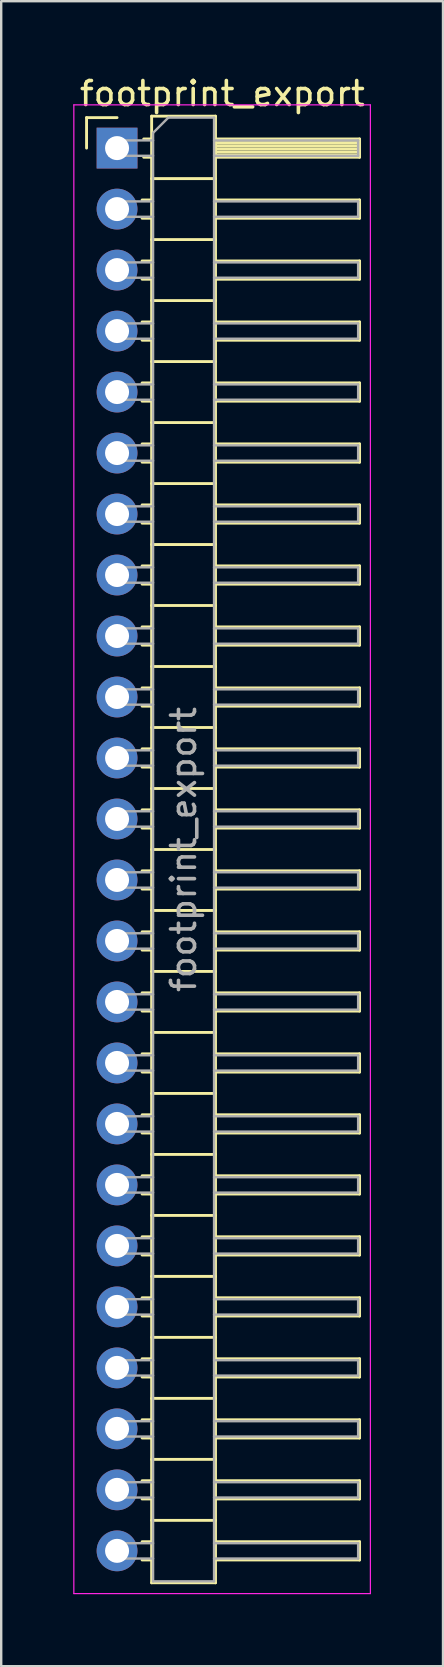
<source format=kicad_pcb>
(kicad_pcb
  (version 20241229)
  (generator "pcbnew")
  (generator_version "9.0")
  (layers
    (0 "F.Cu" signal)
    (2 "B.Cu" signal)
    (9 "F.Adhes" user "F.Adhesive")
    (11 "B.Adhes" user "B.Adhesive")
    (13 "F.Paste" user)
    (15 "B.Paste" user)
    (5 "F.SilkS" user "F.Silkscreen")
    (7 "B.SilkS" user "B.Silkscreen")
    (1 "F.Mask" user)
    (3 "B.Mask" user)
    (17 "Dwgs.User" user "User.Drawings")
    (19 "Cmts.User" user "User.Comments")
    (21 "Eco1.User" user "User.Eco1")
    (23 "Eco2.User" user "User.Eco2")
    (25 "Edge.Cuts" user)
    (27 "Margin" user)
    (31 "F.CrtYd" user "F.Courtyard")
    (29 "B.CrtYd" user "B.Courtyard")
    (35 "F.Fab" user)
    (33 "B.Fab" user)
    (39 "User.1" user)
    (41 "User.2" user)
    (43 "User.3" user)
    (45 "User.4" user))
  (footprint "footprint_export"
    (layer "F.Cu")
    (at 1.825 3.118)
    (property "Reference" "footprint_export" (at 4.385 -2.27 0) (layer "F.SilkS") (effects (font (size 1 1) (thickness 0.15))))
    (attr through_hole)
    (fp_line (start -1.27 -1.27) (end 0 -1.27) (stroke (width 0.12) (type solid)) (layer "F.SilkS"))
    (fp_line (start -1.27 0) (end -1.27 -1.27) (stroke (width 0.12) (type solid)) (layer "F.SilkS"))
    (fp_line (start 1.043 2.16) (end 1.44 2.16) (stroke (width 0.12) (type solid)) (layer "F.SilkS"))
    (fp_line (start 1.043 2.92) (end 1.44 2.92) (stroke (width 0.12) (type solid)) (layer "F.SilkS"))
    (fp_line (start 1.043 4.7) (end 1.44 4.7) (stroke (width 0.12) (type solid)) (layer "F.SilkS"))
    (fp_line (start 1.043 5.46) (end 1.44 5.46) (stroke (width 0.12) (type solid)) (layer "F.SilkS"))
    (fp_line (start 1.043 7.24) (end 1.44 7.24) (stroke (width 0.12) (type solid)) (layer "F.SilkS"))
    (fp_line (start 1.043 8) (end 1.44 8) (stroke (width 0.12) (type solid)) (layer "F.SilkS"))
    (fp_line (start 1.043 9.78) (end 1.44 9.78) (stroke (width 0.12) (type solid)) (layer "F.SilkS"))
    (fp_line (start 1.043 10.54) (end 1.44 10.54) (stroke (width 0.12) (type solid)) (layer "F.SilkS"))
    (fp_line (start 1.043 12.32) (end 1.44 12.32) (stroke (width 0.12) (type solid)) (layer "F.SilkS"))
    (fp_line (start 1.043 13.08) (end 1.44 13.08) (stroke (width 0.12) (type solid)) (layer "F.SilkS"))
    (fp_line (start 1.043 14.86) (end 1.44 14.86) (stroke (width 0.12) (type solid)) (layer "F.SilkS"))
    (fp_line (start 1.043 15.62) (end 1.44 15.62) (stroke (width 0.12) (type solid)) (layer "F.SilkS"))
    (fp_line (start 1.043 17.4) (end 1.44 17.4) (stroke (width 0.12) (type solid)) (layer "F.SilkS"))
    (fp_line (start 1.043 18.16) (end 1.44 18.16) (stroke (width 0.12) (type solid)) (layer "F.SilkS"))
    (fp_line (start 1.043 19.94) (end 1.44 19.94) (stroke (width 0.12) (type solid)) (layer "F.SilkS"))
    (fp_line (start 1.043 20.7) (end 1.44 20.7) (stroke (width 0.12) (type solid)) (layer "F.SilkS"))
    (fp_line (start 1.043 22.48) (end 1.44 22.48) (stroke (width 0.12) (type solid)) (layer "F.SilkS"))
    (fp_line (start 1.043 23.24) (end 1.44 23.24) (stroke (width 0.12) (type solid)) (layer "F.SilkS"))
    (fp_line (start 1.043 25.02) (end 1.44 25.02) (stroke (width 0.12) (type solid)) (layer "F.SilkS"))
    (fp_line (start 1.043 25.78) (end 1.44 25.78) (stroke (width 0.12) (type solid)) (layer "F.SilkS"))
    (fp_line (start 1.043 27.56) (end 1.44 27.56) (stroke (width 0.12) (type solid)) (layer "F.SilkS"))
    (fp_line (start 1.043 28.32) (end 1.44 28.32) (stroke (width 0.12) (type solid)) (layer "F.SilkS"))
    (fp_line (start 1.043 30.1) (end 1.44 30.1) (stroke (width 0.12) (type solid)) (layer "F.SilkS"))
    (fp_line (start 1.043 30.86) (end 1.44 30.86) (stroke (width 0.12) (type solid)) (layer "F.SilkS"))
    (fp_line (start 1.043 32.64) (end 1.44 32.64) (stroke (width 0.12) (type solid)) (layer "F.SilkS"))
    (fp_line (start 1.043 33.4) (end 1.44 33.4) (stroke (width 0.12) (type solid)) (layer "F.SilkS"))
    (fp_line (start 1.043 35.18) (end 1.44 35.18) (stroke (width 0.12) (type solid)) (layer "F.SilkS"))
    (fp_line (start 1.043 35.94) (end 1.44 35.94) (stroke (width 0.12) (type solid)) (layer "F.SilkS"))
    (fp_line (start 1.043 37.72) (end 1.44 37.72) (stroke (width 0.12) (type solid)) (layer "F.SilkS"))
    (fp_line (start 1.043 38.48) (end 1.44 38.48) (stroke (width 0.12) (type solid)) (layer "F.SilkS"))
    (fp_line (start 1.043 40.26) (end 1.44 40.26) (stroke (width 0.12) (type solid)) (layer "F.SilkS"))
    (fp_line (start 1.043 41.02) (end 1.44 41.02) (stroke (width 0.12) (type solid)) (layer "F.SilkS"))
    (fp_line (start 1.043 42.8) (end 1.44 42.8) (stroke (width 0.12) (type solid)) (layer "F.SilkS"))
    (fp_line (start 1.043 43.56) (end 1.44 43.56) (stroke (width 0.12) (type solid)) (layer "F.SilkS"))
    (fp_line (start 1.043 45.34) (end 1.44 45.34) (stroke (width 0.12) (type solid)) (layer "F.SilkS"))
    (fp_line (start 1.043 46.1) (end 1.44 46.1) (stroke (width 0.12) (type solid)) (layer "F.SilkS"))
    (fp_line (start 1.043 47.88) (end 1.44 47.88) (stroke (width 0.12) (type solid)) (layer "F.SilkS"))
    (fp_line (start 1.043 48.64) (end 1.44 48.64) (stroke (width 0.12) (type solid)) (layer "F.SilkS"))
    (fp_line (start 1.043 50.42) (end 1.44 50.42) (stroke (width 0.12) (type solid)) (layer "F.SilkS"))
    (fp_line (start 1.043 51.18) (end 1.44 51.18) (stroke (width 0.12) (type solid)) (layer "F.SilkS"))
    (fp_line (start 1.043 52.96) (end 1.44 52.96) (stroke (width 0.12) (type solid)) (layer "F.SilkS"))
    (fp_line (start 1.043 53.72) (end 1.44 53.72) (stroke (width 0.12) (type solid)) (layer "F.SilkS"))
    (fp_line (start 1.043 55.5) (end 1.44 55.5) (stroke (width 0.12) (type solid)) (layer "F.SilkS"))
    (fp_line (start 1.043 56.26) (end 1.44 56.26) (stroke (width 0.12) (type solid)) (layer "F.SilkS"))
    (fp_line (start 1.043 58.04) (end 1.44 58.04) (stroke (width 0.12) (type solid)) (layer "F.SilkS"))
    (fp_line (start 1.043 58.8) (end 1.44 58.8) (stroke (width 0.12) (type solid)) (layer "F.SilkS"))
    (fp_line (start 1.11 -0.38) (end 1.44 -0.38) (stroke (width 0.12) (type solid)) (layer "F.SilkS"))
    (fp_line (start 1.11 0.38) (end 1.44 0.38) (stroke (width 0.12) (type solid)) (layer "F.SilkS"))
    (fp_line (start 1.44 -1.33) (end 1.44 59.75) (stroke (width 0.12) (type solid)) (layer "F.SilkS"))
    (fp_line (start 1.44 1.27) (end 4.1 1.27) (stroke (width 0.12) (type solid)) (layer "F.SilkS"))
    (fp_line (start 1.44 3.81) (end 4.1 3.81) (stroke (width 0.12) (type solid)) (layer "F.SilkS"))
    (fp_line (start 1.44 6.35) (end 4.1 6.35) (stroke (width 0.12) (type solid)) (layer "F.SilkS"))
    (fp_line (start 1.44 8.89) (end 4.1 8.89) (stroke (width 0.12) (type solid)) (layer "F.SilkS"))
    (fp_line (start 1.44 11.43) (end 4.1 11.43) (stroke (width 0.12) (type solid)) (layer "F.SilkS"))
    (fp_line (start 1.44 13.97) (end 4.1 13.97) (stroke (width 0.12) (type solid)) (layer "F.SilkS"))
    (fp_line (start 1.44 16.51) (end 4.1 16.51) (stroke (width 0.12) (type solid)) (layer "F.SilkS"))
    (fp_line (start 1.44 19.05) (end 4.1 19.05) (stroke (width 0.12) (type solid)) (layer "F.SilkS"))
    (fp_line (start 1.44 21.59) (end 4.1 21.59) (stroke (width 0.12) (type solid)) (layer "F.SilkS"))
    (fp_line (start 1.44 24.13) (end 4.1 24.13) (stroke (width 0.12) (type solid)) (layer "F.SilkS"))
    (fp_line (start 1.44 26.67) (end 4.1 26.67) (stroke (width 0.12) (type solid)) (layer "F.SilkS"))
    (fp_line (start 1.44 29.21) (end 4.1 29.21) (stroke (width 0.12) (type solid)) (layer "F.SilkS"))
    (fp_line (start 1.44 31.75) (end 4.1 31.75) (stroke (width 0.12) (type solid)) (layer "F.SilkS"))
    (fp_line (start 1.44 34.29) (end 4.1 34.29) (stroke (width 0.12) (type solid)) (layer "F.SilkS"))
    (fp_line (start 1.44 36.83) (end 4.1 36.83) (stroke (width 0.12) (type solid)) (layer "F.SilkS"))
    (fp_line (start 1.44 39.37) (end 4.1 39.37) (stroke (width 0.12) (type solid)) (layer "F.SilkS"))
    (fp_line (start 1.44 41.91) (end 4.1 41.91) (stroke (width 0.12) (type solid)) (layer "F.SilkS"))
    (fp_line (start 1.44 44.45) (end 4.1 44.45) (stroke (width 0.12) (type solid)) (layer "F.SilkS"))
    (fp_line (start 1.44 46.99) (end 4.1 46.99) (stroke (width 0.12) (type solid)) (layer "F.SilkS"))
    (fp_line (start 1.44 49.53) (end 4.1 49.53) (stroke (width 0.12) (type solid)) (layer "F.SilkS"))
    (fp_line (start 1.44 52.07) (end 4.1 52.07) (stroke (width 0.12) (type solid)) (layer "F.SilkS"))
    (fp_line (start 1.44 54.61) (end 4.1 54.61) (stroke (width 0.12) (type solid)) (layer "F.SilkS"))
    (fp_line (start 1.44 57.15) (end 4.1 57.15) (stroke (width 0.12) (type solid)) (layer "F.SilkS"))
    (fp_line (start 1.44 59.75) (end 4.1 59.75) (stroke (width 0.12) (type solid)) (layer "F.SilkS"))
    (fp_line (start 4.1 -1.33) (end 1.44 -1.33) (stroke (width 0.12) (type solid)) (layer "F.SilkS"))
    (fp_line (start 4.1 -0.38) (end 10.1 -0.38) (stroke (width 0.12) (type solid)) (layer "F.SilkS"))
    (fp_line (start 4.1 -0.32) (end 10.1 -0.32) (stroke (width 0.12) (type solid)) (layer "F.SilkS"))
    (fp_line (start 4.1 -0.2) (end 10.1 -0.2) (stroke (width 0.12) (type solid)) (layer "F.SilkS"))
    (fp_line (start 4.1 -0.08) (end 10.1 -0.08) (stroke (width 0.12) (type solid)) (layer "F.SilkS"))
    (fp_line (start 4.1 0.04) (end 10.1 0.04) (stroke (width 0.12) (type solid)) (layer "F.SilkS"))
    (fp_line (start 4.1 0.16) (end 10.1 0.16) (stroke (width 0.12) (type solid)) (layer "F.SilkS"))
    (fp_line (start 4.1 0.28) (end 10.1 0.28) (stroke (width 0.12) (type solid)) (layer "F.SilkS"))
    (fp_line (start 4.1 2.16) (end 10.1 2.16) (stroke (width 0.12) (type solid)) (layer "F.SilkS"))
    (fp_line (start 4.1 4.7) (end 10.1 4.7) (stroke (width 0.12) (type solid)) (layer "F.SilkS"))
    (fp_line (start 4.1 7.24) (end 10.1 7.24) (stroke (width 0.12) (type solid)) (layer "F.SilkS"))
    (fp_line (start 4.1 9.78) (end 10.1 9.78) (stroke (width 0.12) (type solid)) (layer "F.SilkS"))
    (fp_line (start 4.1 12.32) (end 10.1 12.32) (stroke (width 0.12) (type solid)) (layer "F.SilkS"))
    (fp_line (start 4.1 14.86) (end 10.1 14.86) (stroke (width 0.12) (type solid)) (layer "F.SilkS"))
    (fp_line (start 4.1 17.4) (end 10.1 17.4) (stroke (width 0.12) (type solid)) (layer "F.SilkS"))
    (fp_line (start 4.1 19.94) (end 10.1 19.94) (stroke (width 0.12) (type solid)) (layer "F.SilkS"))
    (fp_line (start 4.1 22.48) (end 10.1 22.48) (stroke (width 0.12) (type solid)) (layer "F.SilkS"))
    (fp_line (start 4.1 25.02) (end 10.1 25.02) (stroke (width 0.12) (type solid)) (layer "F.SilkS"))
    (fp_line (start 4.1 27.56) (end 10.1 27.56) (stroke (width 0.12) (type solid)) (layer "F.SilkS"))
    (fp_line (start 4.1 30.1) (end 10.1 30.1) (stroke (width 0.12) (type solid)) (layer "F.SilkS"))
    (fp_line (start 4.1 32.64) (end 10.1 32.64) (stroke (width 0.12) (type solid)) (layer "F.SilkS"))
    (fp_line (start 4.1 35.18) (end 10.1 35.18) (stroke (width 0.12) (type solid)) (layer "F.SilkS"))
    (fp_line (start 4.1 37.72) (end 10.1 37.72) (stroke (width 0.12) (type solid)) (layer "F.SilkS"))
    (fp_line (start 4.1 40.26) (end 10.1 40.26) (stroke (width 0.12) (type solid)) (layer "F.SilkS"))
    (fp_line (start 4.1 42.8) (end 10.1 42.8) (stroke (width 0.12) (type solid)) (layer "F.SilkS"))
    (fp_line (start 4.1 45.34) (end 10.1 45.34) (stroke (width 0.12) (type solid)) (layer "F.SilkS"))
    (fp_line (start 4.1 47.88) (end 10.1 47.88) (stroke (width 0.12) (type solid)) (layer "F.SilkS"))
    (fp_line (start 4.1 50.42) (end 10.1 50.42) (stroke (width 0.12) (type solid)) (layer "F.SilkS"))
    (fp_line (start 4.1 52.96) (end 10.1 52.96) (stroke (width 0.12) (type solid)) (layer "F.SilkS"))
    (fp_line (start 4.1 55.5) (end 10.1 55.5) (stroke (width 0.12) (type solid)) (layer "F.SilkS"))
    (fp_line (start 4.1 58.04) (end 10.1 58.04) (stroke (width 0.12) (type solid)) (layer "F.SilkS"))
    (fp_line (start 4.1 59.75) (end 4.1 -1.33) (stroke (width 0.12) (type solid)) (layer "F.SilkS"))
    (fp_line (start 10.1 -0.38) (end 10.1 0.38) (stroke (width 0.12) (type solid)) (layer "F.SilkS"))
    (fp_line (start 10.1 0.38) (end 4.1 0.38) (stroke (width 0.12) (type solid)) (layer "F.SilkS"))
    (fp_line (start 10.1 2.16) (end 10.1 2.92) (stroke (width 0.12) (type solid)) (layer "F.SilkS"))
    (fp_line (start 10.1 2.92) (end 4.1 2.92) (stroke (width 0.12) (type solid)) (layer "F.SilkS"))
    (fp_line (start 10.1 4.7) (end 10.1 5.46) (stroke (width 0.12) (type solid)) (layer "F.SilkS"))
    (fp_line (start 10.1 5.46) (end 4.1 5.46) (stroke (width 0.12) (type solid)) (layer "F.SilkS"))
    (fp_line (start 10.1 7.24) (end 10.1 8) (stroke (width 0.12) (type solid)) (layer "F.SilkS"))
    (fp_line (start 10.1 8) (end 4.1 8) (stroke (width 0.12) (type solid)) (layer "F.SilkS"))
    (fp_line (start 10.1 9.78) (end 10.1 10.54) (stroke (width 0.12) (type solid)) (layer "F.SilkS"))
    (fp_line (start 10.1 10.54) (end 4.1 10.54) (stroke (width 0.12) (type solid)) (layer "F.SilkS"))
    (fp_line (start 10.1 12.32) (end 10.1 13.08) (stroke (width 0.12) (type solid)) (layer "F.SilkS"))
    (fp_line (start 10.1 13.08) (end 4.1 13.08) (stroke (width 0.12) (type solid)) (layer "F.SilkS"))
    (fp_line (start 10.1 14.86) (end 10.1 15.62) (stroke (width 0.12) (type solid)) (layer "F.SilkS"))
    (fp_line (start 10.1 15.62) (end 4.1 15.62) (stroke (width 0.12) (type solid)) (layer "F.SilkS"))
    (fp_line (start 10.1 17.4) (end 10.1 18.16) (stroke (width 0.12) (type solid)) (layer "F.SilkS"))
    (fp_line (start 10.1 18.16) (end 4.1 18.16) (stroke (width 0.12) (type solid)) (layer "F.SilkS"))
    (fp_line (start 10.1 19.94) (end 10.1 20.7) (stroke (width 0.12) (type solid)) (layer "F.SilkS"))
    (fp_line (start 10.1 20.7) (end 4.1 20.7) (stroke (width 0.12) (type solid)) (layer "F.SilkS"))
    (fp_line (start 10.1 22.48) (end 10.1 23.24) (stroke (width 0.12) (type solid)) (layer "F.SilkS"))
    (fp_line (start 10.1 23.24) (end 4.1 23.24) (stroke (width 0.12) (type solid)) (layer "F.SilkS"))
    (fp_line (start 10.1 25.02) (end 10.1 25.78) (stroke (width 0.12) (type solid)) (layer "F.SilkS"))
    (fp_line (start 10.1 25.78) (end 4.1 25.78) (stroke (width 0.12) (type solid)) (layer "F.SilkS"))
    (fp_line (start 10.1 27.56) (end 10.1 28.32) (stroke (width 0.12) (type solid)) (layer "F.SilkS"))
    (fp_line (start 10.1 28.32) (end 4.1 28.32) (stroke (width 0.12) (type solid)) (layer "F.SilkS"))
    (fp_line (start 10.1 30.1) (end 10.1 30.86) (stroke (width 0.12) (type solid)) (layer "F.SilkS"))
    (fp_line (start 10.1 30.86) (end 4.1 30.86) (stroke (width 0.12) (type solid)) (layer "F.SilkS"))
    (fp_line (start 10.1 32.64) (end 10.1 33.4) (stroke (width 0.12) (type solid)) (layer "F.SilkS"))
    (fp_line (start 10.1 33.4) (end 4.1 33.4) (stroke (width 0.12) (type solid)) (layer "F.SilkS"))
    (fp_line (start 10.1 35.18) (end 10.1 35.94) (stroke (width 0.12) (type solid)) (layer "F.SilkS"))
    (fp_line (start 10.1 35.94) (end 4.1 35.94) (stroke (width 0.12) (type solid)) (layer "F.SilkS"))
    (fp_line (start 10.1 37.72) (end 10.1 38.48) (stroke (width 0.12) (type solid)) (layer "F.SilkS"))
    (fp_line (start 10.1 38.48) (end 4.1 38.48) (stroke (width 0.12) (type solid)) (layer "F.SilkS"))
    (fp_line (start 10.1 40.26) (end 10.1 41.02) (stroke (width 0.12) (type solid)) (layer "F.SilkS"))
    (fp_line (start 10.1 41.02) (end 4.1 41.02) (stroke (width 0.12) (type solid)) (layer "F.SilkS"))
    (fp_line (start 10.1 42.8) (end 10.1 43.56) (stroke (width 0.12) (type solid)) (layer "F.SilkS"))
    (fp_line (start 10.1 43.56) (end 4.1 43.56) (stroke (width 0.12) (type solid)) (layer "F.SilkS"))
    (fp_line (start 10.1 45.34) (end 10.1 46.1) (stroke (width 0.12) (type solid)) (layer "F.SilkS"))
    (fp_line (start 10.1 46.1) (end 4.1 46.1) (stroke (width 0.12) (type solid)) (layer "F.SilkS"))
    (fp_line (start 10.1 47.88) (end 10.1 48.64) (stroke (width 0.12) (type solid)) (layer "F.SilkS"))
    (fp_line (start 10.1 48.64) (end 4.1 48.64) (stroke (width 0.12) (type solid)) (layer "F.SilkS"))
    (fp_line (start 10.1 50.42) (end 10.1 51.18) (stroke (width 0.12) (type solid)) (layer "F.SilkS"))
    (fp_line (start 10.1 51.18) (end 4.1 51.18) (stroke (width 0.12) (type solid)) (layer "F.SilkS"))
    (fp_line (start 10.1 52.96) (end 10.1 53.72) (stroke (width 0.12) (type solid)) (layer "F.SilkS"))
    (fp_line (start 10.1 53.72) (end 4.1 53.72) (stroke (width 0.12) (type solid)) (layer "F.SilkS"))
    (fp_line (start 10.1 55.5) (end 10.1 56.26) (stroke (width 0.12) (type solid)) (layer "F.SilkS"))
    (fp_line (start 10.1 56.26) (end 4.1 56.26) (stroke (width 0.12) (type solid)) (layer "F.SilkS"))
    (fp_line (start 10.1 58.04) (end 10.1 58.8) (stroke (width 0.12) (type solid)) (layer "F.SilkS"))
    (fp_line (start 10.1 58.8) (end 4.1 58.8) (stroke (width 0.12) (type solid)) (layer "F.SilkS"))
    (fp_line (start -1.8 -1.8) (end -1.8 60.2) (stroke (width 0.05) (type solid)) (layer "F.CrtYd"))
    (fp_line (start -1.8 60.2) (end 10.55 60.2) (stroke (width 0.05) (type solid)) (layer "F.CrtYd"))
    (fp_line (start 10.55 -1.8) (end -1.8 -1.8) (stroke (width 0.05) (type solid)) (layer "F.CrtYd"))
    (fp_line (start 10.55 60.2) (end 10.55 -1.8) (stroke (width 0.05) (type solid)) (layer "F.CrtYd"))
    (fp_line (start -0.32 -0.32) (end -0.32 0.32) (stroke (width 0.1) (type solid)) (layer "F.Fab"))
    (fp_line (start -0.32 -0.32) (end 1.5 -0.32) (stroke (width 0.1) (type solid)) (layer "F.Fab"))
    (fp_line (start -0.32 0.32) (end 1.5 0.32) (stroke (width 0.1) (type solid)) (layer "F.Fab"))
    (fp_line (start -0.32 2.22) (end -0.32 2.86) (stroke (width 0.1) (type solid)) (layer "F.Fab"))
    (fp_line (start -0.32 2.22) (end 1.5 2.22) (stroke (width 0.1) (type solid)) (layer "F.Fab"))
    (fp_line (start -0.32 2.86) (end 1.5 2.86) (stroke (width 0.1) (type solid)) (layer "F.Fab"))
    (fp_line (start -0.32 4.76) (end -0.32 5.4) (stroke (width 0.1) (type solid)) (layer "F.Fab"))
    (fp_line (start -0.32 4.76) (end 1.5 4.76) (stroke (width 0.1) (type solid)) (layer "F.Fab"))
    (fp_line (start -0.32 5.4) (end 1.5 5.4) (stroke (width 0.1) (type solid)) (layer "F.Fab"))
    (fp_line (start -0.32 7.3) (end -0.32 7.94) (stroke (width 0.1) (type solid)) (layer "F.Fab"))
    (fp_line (start -0.32 7.3) (end 1.5 7.3) (stroke (width 0.1) (type solid)) (layer "F.Fab"))
    (fp_line (start -0.32 7.94) (end 1.5 7.94) (stroke (width 0.1) (type solid)) (layer "F.Fab"))
    (fp_line (start -0.32 9.84) (end -0.32 10.48) (stroke (width 0.1) (type solid)) (layer "F.Fab"))
    (fp_line (start -0.32 9.84) (end 1.5 9.84) (stroke (width 0.1) (type solid)) (layer "F.Fab"))
    (fp_line (start -0.32 10.48) (end 1.5 10.48) (stroke (width 0.1) (type solid)) (layer "F.Fab"))
    (fp_line (start -0.32 12.38) (end -0.32 13.02) (stroke (width 0.1) (type solid)) (layer "F.Fab"))
    (fp_line (start -0.32 12.38) (end 1.5 12.38) (stroke (width 0.1) (type solid)) (layer "F.Fab"))
    (fp_line (start -0.32 13.02) (end 1.5 13.02) (stroke (width 0.1) (type solid)) (layer "F.Fab"))
    (fp_line (start -0.32 14.92) (end -0.32 15.56) (stroke (width 0.1) (type solid)) (layer "F.Fab"))
    (fp_line (start -0.32 14.92) (end 1.5 14.92) (stroke (width 0.1) (type solid)) (layer "F.Fab"))
    (fp_line (start -0.32 15.56) (end 1.5 15.56) (stroke (width 0.1) (type solid)) (layer "F.Fab"))
    (fp_line (start -0.32 17.46) (end -0.32 18.1) (stroke (width 0.1) (type solid)) (layer "F.Fab"))
    (fp_line (start -0.32 17.46) (end 1.5 17.46) (stroke (width 0.1) (type solid)) (layer "F.Fab"))
    (fp_line (start -0.32 18.1) (end 1.5 18.1) (stroke (width 0.1) (type solid)) (layer "F.Fab"))
    (fp_line (start -0.32 20) (end -0.32 20.64) (stroke (width 0.1) (type solid)) (layer "F.Fab"))
    (fp_line (start -0.32 20) (end 1.5 20) (stroke (width 0.1) (type solid)) (layer "F.Fab"))
    (fp_line (start -0.32 20.64) (end 1.5 20.64) (stroke (width 0.1) (type solid)) (layer "F.Fab"))
    (fp_line (start -0.32 22.54) (end -0.32 23.18) (stroke (width 0.1) (type solid)) (layer "F.Fab"))
    (fp_line (start -0.32 22.54) (end 1.5 22.54) (stroke (width 0.1) (type solid)) (layer "F.Fab"))
    (fp_line (start -0.32 23.18) (end 1.5 23.18) (stroke (width 0.1) (type solid)) (layer "F.Fab"))
    (fp_line (start -0.32 25.08) (end -0.32 25.72) (stroke (width 0.1) (type solid)) (layer "F.Fab"))
    (fp_line (start -0.32 25.08) (end 1.5 25.08) (stroke (width 0.1) (type solid)) (layer "F.Fab"))
    (fp_line (start -0.32 25.72) (end 1.5 25.72) (stroke (width 0.1) (type solid)) (layer "F.Fab"))
    (fp_line (start -0.32 27.62) (end -0.32 28.26) (stroke (width 0.1) (type solid)) (layer "F.Fab"))
    (fp_line (start -0.32 27.62) (end 1.5 27.62) (stroke (width 0.1) (type solid)) (layer "F.Fab"))
    (fp_line (start -0.32 28.26) (end 1.5 28.26) (stroke (width 0.1) (type solid)) (layer "F.Fab"))
    (fp_line (start -0.32 30.16) (end -0.32 30.8) (stroke (width 0.1) (type solid)) (layer "F.Fab"))
    (fp_line (start -0.32 30.16) (end 1.5 30.16) (stroke (width 0.1) (type solid)) (layer "F.Fab"))
    (fp_line (start -0.32 30.8) (end 1.5 30.8) (stroke (width 0.1) (type solid)) (layer "F.Fab"))
    (fp_line (start -0.32 32.7) (end -0.32 33.34) (stroke (width 0.1) (type solid)) (layer "F.Fab"))
    (fp_line (start -0.32 32.7) (end 1.5 32.7) (stroke (width 0.1) (type solid)) (layer "F.Fab"))
    (fp_line (start -0.32 33.34) (end 1.5 33.34) (stroke (width 0.1) (type solid)) (layer "F.Fab"))
    (fp_line (start -0.32 35.24) (end -0.32 35.88) (stroke (width 0.1) (type solid)) (layer "F.Fab"))
    (fp_line (start -0.32 35.24) (end 1.5 35.24) (stroke (width 0.1) (type solid)) (layer "F.Fab"))
    (fp_line (start -0.32 35.88) (end 1.5 35.88) (stroke (width 0.1) (type solid)) (layer "F.Fab"))
    (fp_line (start -0.32 37.78) (end -0.32 38.42) (stroke (width 0.1) (type solid)) (layer "F.Fab"))
    (fp_line (start -0.32 37.78) (end 1.5 37.78) (stroke (width 0.1) (type solid)) (layer "F.Fab"))
    (fp_line (start -0.32 38.42) (end 1.5 38.42) (stroke (width 0.1) (type solid)) (layer "F.Fab"))
    (fp_line (start -0.32 40.32) (end -0.32 40.96) (stroke (width 0.1) (type solid)) (layer "F.Fab"))
    (fp_line (start -0.32 40.32) (end 1.5 40.32) (stroke (width 0.1) (type solid)) (layer "F.Fab"))
    (fp_line (start -0.32 40.96) (end 1.5 40.96) (stroke (width 0.1) (type solid)) (layer "F.Fab"))
    (fp_line (start -0.32 42.86) (end -0.32 43.5) (stroke (width 0.1) (type solid)) (layer "F.Fab"))
    (fp_line (start -0.32 42.86) (end 1.5 42.86) (stroke (width 0.1) (type solid)) (layer "F.Fab"))
    (fp_line (start -0.32 43.5) (end 1.5 43.5) (stroke (width 0.1) (type solid)) (layer "F.Fab"))
    (fp_line (start -0.32 45.4) (end -0.32 46.04) (stroke (width 0.1) (type solid)) (layer "F.Fab"))
    (fp_line (start -0.32 45.4) (end 1.5 45.4) (stroke (width 0.1) (type solid)) (layer "F.Fab"))
    (fp_line (start -0.32 46.04) (end 1.5 46.04) (stroke (width 0.1) (type solid)) (layer "F.Fab"))
    (fp_line (start -0.32 47.94) (end -0.32 48.58) (stroke (width 0.1) (type solid)) (layer "F.Fab"))
    (fp_line (start -0.32 47.94) (end 1.5 47.94) (stroke (width 0.1) (type solid)) (layer "F.Fab"))
    (fp_line (start -0.32 48.58) (end 1.5 48.58) (stroke (width 0.1) (type solid)) (layer "F.Fab"))
    (fp_line (start -0.32 50.48) (end -0.32 51.12) (stroke (width 0.1) (type solid)) (layer "F.Fab"))
    (fp_line (start -0.32 50.48) (end 1.5 50.48) (stroke (width 0.1) (type solid)) (layer "F.Fab"))
    (fp_line (start -0.32 51.12) (end 1.5 51.12) (stroke (width 0.1) (type solid)) (layer "F.Fab"))
    (fp_line (start -0.32 53.02) (end -0.32 53.66) (stroke (width 0.1) (type solid)) (layer "F.Fab"))
    (fp_line (start -0.32 53.02) (end 1.5 53.02) (stroke (width 0.1) (type solid)) (layer "F.Fab"))
    (fp_line (start -0.32 53.66) (end 1.5 53.66) (stroke (width 0.1) (type solid)) (layer "F.Fab"))
    (fp_line (start -0.32 55.56) (end -0.32 56.2) (stroke (width 0.1) (type solid)) (layer "F.Fab"))
    (fp_line (start -0.32 55.56) (end 1.5 55.56) (stroke (width 0.1) (type solid)) (layer "F.Fab"))
    (fp_line (start -0.32 56.2) (end 1.5 56.2) (stroke (width 0.1) (type solid)) (layer "F.Fab"))
    (fp_line (start -0.32 58.1) (end -0.32 58.74) (stroke (width 0.1) (type solid)) (layer "F.Fab"))
    (fp_line (start -0.32 58.1) (end 1.5 58.1) (stroke (width 0.1) (type solid)) (layer "F.Fab"))
    (fp_line (start -0.32 58.74) (end 1.5 58.74) (stroke (width 0.1) (type solid)) (layer "F.Fab"))
    (fp_line (start 1.5 -0.635) (end 2.135 -1.27) (stroke (width 0.1) (type solid)) (layer "F.Fab"))
    (fp_line (start 1.5 59.69) (end 1.5 -0.635) (stroke (width 0.1) (type solid)) (layer "F.Fab"))
    (fp_line (start 2.135 -1.27) (end 4.04 -1.27) (stroke (width 0.1) (type solid)) (layer "F.Fab"))
    (fp_line (start 4.04 -1.27) (end 4.04 59.69) (stroke (width 0.1) (type solid)) (layer "F.Fab"))
    (fp_line (start 4.04 -0.32) (end 10.04 -0.32) (stroke (width 0.1) (type solid)) (layer "F.Fab"))
    (fp_line (start 4.04 0.32) (end 10.04 0.32) (stroke (width 0.1) (type solid)) (layer "F.Fab"))
    (fp_line (start 4.04 2.22) (end 10.04 2.22) (stroke (width 0.1) (type solid)) (layer "F.Fab"))
    (fp_line (start 4.04 2.86) (end 10.04 2.86) (stroke (width 0.1) (type solid)) (layer "F.Fab"))
    (fp_line (start 4.04 4.76) (end 10.04 4.76) (stroke (width 0.1) (type solid)) (layer "F.Fab"))
    (fp_line (start 4.04 5.4) (end 10.04 5.4) (stroke (width 0.1) (type solid)) (layer "F.Fab"))
    (fp_line (start 4.04 7.3) (end 10.04 7.3) (stroke (width 0.1) (type solid)) (layer "F.Fab"))
    (fp_line (start 4.04 7.94) (end 10.04 7.94) (stroke (width 0.1) (type solid)) (layer "F.Fab"))
    (fp_line (start 4.04 9.84) (end 10.04 9.84) (stroke (width 0.1) (type solid)) (layer "F.Fab"))
    (fp_line (start 4.04 10.48) (end 10.04 10.48) (stroke (width 0.1) (type solid)) (layer "F.Fab"))
    (fp_line (start 4.04 12.38) (end 10.04 12.38) (stroke (width 0.1) (type solid)) (layer "F.Fab"))
    (fp_line (start 4.04 13.02) (end 10.04 13.02) (stroke (width 0.1) (type solid)) (layer "F.Fab"))
    (fp_line (start 4.04 14.92) (end 10.04 14.92) (stroke (width 0.1) (type solid)) (layer "F.Fab"))
    (fp_line (start 4.04 15.56) (end 10.04 15.56) (stroke (width 0.1) (type solid)) (layer "F.Fab"))
    (fp_line (start 4.04 17.46) (end 10.04 17.46) (stroke (width 0.1) (type solid)) (layer "F.Fab"))
    (fp_line (start 4.04 18.1) (end 10.04 18.1) (stroke (width 0.1) (type solid)) (layer "F.Fab"))
    (fp_line (start 4.04 20) (end 10.04 20) (stroke (width 0.1) (type solid)) (layer "F.Fab"))
    (fp_line (start 4.04 20.64) (end 10.04 20.64) (stroke (width 0.1) (type solid)) (layer "F.Fab"))
    (fp_line (start 4.04 22.54) (end 10.04 22.54) (stroke (width 0.1) (type solid)) (layer "F.Fab"))
    (fp_line (start 4.04 23.18) (end 10.04 23.18) (stroke (width 0.1) (type solid)) (layer "F.Fab"))
    (fp_line (start 4.04 25.08) (end 10.04 25.08) (stroke (width 0.1) (type solid)) (layer "F.Fab"))
    (fp_line (start 4.04 25.72) (end 10.04 25.72) (stroke (width 0.1) (type solid)) (layer "F.Fab"))
    (fp_line (start 4.04 27.62) (end 10.04 27.62) (stroke (width 0.1) (type solid)) (layer "F.Fab"))
    (fp_line (start 4.04 28.26) (end 10.04 28.26) (stroke (width 0.1) (type solid)) (layer "F.Fab"))
    (fp_line (start 4.04 30.16) (end 10.04 30.16) (stroke (width 0.1) (type solid)) (layer "F.Fab"))
    (fp_line (start 4.04 30.8) (end 10.04 30.8) (stroke (width 0.1) (type solid)) (layer "F.Fab"))
    (fp_line (start 4.04 32.7) (end 10.04 32.7) (stroke (width 0.1) (type solid)) (layer "F.Fab"))
    (fp_line (start 4.04 33.34) (end 10.04 33.34) (stroke (width 0.1) (type solid)) (layer "F.Fab"))
    (fp_line (start 4.04 35.24) (end 10.04 35.24) (stroke (width 0.1) (type solid)) (layer "F.Fab"))
    (fp_line (start 4.04 35.88) (end 10.04 35.88) (stroke (width 0.1) (type solid)) (layer "F.Fab"))
    (fp_line (start 4.04 37.78) (end 10.04 37.78) (stroke (width 0.1) (type solid)) (layer "F.Fab"))
    (fp_line (start 4.04 38.42) (end 10.04 38.42) (stroke (width 0.1) (type solid)) (layer "F.Fab"))
    (fp_line (start 4.04 40.32) (end 10.04 40.32) (stroke (width 0.1) (type solid)) (layer "F.Fab"))
    (fp_line (start 4.04 40.96) (end 10.04 40.96) (stroke (width 0.1) (type solid)) (layer "F.Fab"))
    (fp_line (start 4.04 42.86) (end 10.04 42.86) (stroke (width 0.1) (type solid)) (layer "F.Fab"))
    (fp_line (start 4.04 43.5) (end 10.04 43.5) (stroke (width 0.1) (type solid)) (layer "F.Fab"))
    (fp_line (start 4.04 45.4) (end 10.04 45.4) (stroke (width 0.1) (type solid)) (layer "F.Fab"))
    (fp_line (start 4.04 46.04) (end 10.04 46.04) (stroke (width 0.1) (type solid)) (layer "F.Fab"))
    (fp_line (start 4.04 47.94) (end 10.04 47.94) (stroke (width 0.1) (type solid)) (layer "F.Fab"))
    (fp_line (start 4.04 48.58) (end 10.04 48.58) (stroke (width 0.1) (type solid)) (layer "F.Fab"))
    (fp_line (start 4.04 50.48) (end 10.04 50.48) (stroke (width 0.1) (type solid)) (layer "F.Fab"))
    (fp_line (start 4.04 51.12) (end 10.04 51.12) (stroke (width 0.1) (type solid)) (layer "F.Fab"))
    (fp_line (start 4.04 53.02) (end 10.04 53.02) (stroke (width 0.1) (type solid)) (layer "F.Fab"))
    (fp_line (start 4.04 53.66) (end 10.04 53.66) (stroke (width 0.1) (type solid)) (layer "F.Fab"))
    (fp_line (start 4.04 55.56) (end 10.04 55.56) (stroke (width 0.1) (type solid)) (layer "F.Fab"))
    (fp_line (start 4.04 56.2) (end 10.04 56.2) (stroke (width 0.1) (type solid)) (layer "F.Fab"))
    (fp_line (start 4.04 58.1) (end 10.04 58.1) (stroke (width 0.1) (type solid)) (layer "F.Fab"))
    (fp_line (start 4.04 58.74) (end 10.04 58.74) (stroke (width 0.1) (type solid)) (layer "F.Fab"))
    (fp_line (start 4.04 59.69) (end 1.5 59.69) (stroke (width 0.1) (type solid)) (layer "F.Fab"))
    (fp_line (start 10.04 -0.32) (end 10.04 0.32) (stroke (width 0.1) (type solid)) (layer "F.Fab"))
    (fp_line (start 10.04 2.22) (end 10.04 2.86) (stroke (width 0.1) (type solid)) (layer "F.Fab"))
    (fp_line (start 10.04 4.76) (end 10.04 5.4) (stroke (width 0.1) (type solid)) (layer "F.Fab"))
    (fp_line (start 10.04 7.3) (end 10.04 7.94) (stroke (width 0.1) (type solid)) (layer "F.Fab"))
    (fp_line (start 10.04 9.84) (end 10.04 10.48) (stroke (width 0.1) (type solid)) (layer "F.Fab"))
    (fp_line (start 10.04 12.38) (end 10.04 13.02) (stroke (width 0.1) (type solid)) (layer "F.Fab"))
    (fp_line (start 10.04 14.92) (end 10.04 15.56) (stroke (width 0.1) (type solid)) (layer "F.Fab"))
    (fp_line (start 10.04 17.46) (end 10.04 18.1) (stroke (width 0.1) (type solid)) (layer "F.Fab"))
    (fp_line (start 10.04 20) (end 10.04 20.64) (stroke (width 0.1) (type solid)) (layer "F.Fab"))
    (fp_line (start 10.04 22.54) (end 10.04 23.18) (stroke (width 0.1) (type solid)) (layer "F.Fab"))
    (fp_line (start 10.04 25.08) (end 10.04 25.72) (stroke (width 0.1) (type solid)) (layer "F.Fab"))
    (fp_line (start 10.04 27.62) (end 10.04 28.26) (stroke (width 0.1) (type solid)) (layer "F.Fab"))
    (fp_line (start 10.04 30.16) (end 10.04 30.8) (stroke (width 0.1) (type solid)) (layer "F.Fab"))
    (fp_line (start 10.04 32.7) (end 10.04 33.34) (stroke (width 0.1) (type solid)) (layer "F.Fab"))
    (fp_line (start 10.04 35.24) (end 10.04 35.88) (stroke (width 0.1) (type solid)) (layer "F.Fab"))
    (fp_line (start 10.04 37.78) (end 10.04 38.42) (stroke (width 0.1) (type solid)) (layer "F.Fab"))
    (fp_line (start 10.04 40.32) (end 10.04 40.96) (stroke (width 0.1) (type solid)) (layer "F.Fab"))
    (fp_line (start 10.04 42.86) (end 10.04 43.5) (stroke (width 0.1) (type solid)) (layer "F.Fab"))
    (fp_line (start 10.04 45.4) (end 10.04 46.04) (stroke (width 0.1) (type solid)) (layer "F.Fab"))
    (fp_line (start 10.04 47.94) (end 10.04 48.58) (stroke (width 0.1) (type solid)) (layer "F.Fab"))
    (fp_line (start 10.04 50.48) (end 10.04 51.12) (stroke (width 0.1) (type solid)) (layer "F.Fab"))
    (fp_line (start 10.04 53.02) (end 10.04 53.66) (stroke (width 0.1) (type solid)) (layer "F.Fab"))
    (fp_line (start 10.04 55.56) (end 10.04 56.2) (stroke (width 0.1) (type solid)) (layer "F.Fab"))
    (fp_line (start 10.04 58.1) (end 10.04 58.74) (stroke (width 0.1) (type solid)) (layer "F.Fab"))
    (fp_text user "${REFERENCE}" (at 2.77 29.21 90) (layer "F.Fab") (effects (font (size 1 1) (thickness 0.15))))
    (pad "1" thru_hole rect (at 0 0) (size 1.7 1.7) (drill 1) (layers "*.Cu" "*.Mask"))
    (pad "2" thru_hole oval (at 0 2.54) (size 1.7 1.7) (drill 1) (layers "*.Cu" "*.Mask"))
    (pad "3" thru_hole oval (at 0 5.08) (size 1.7 1.7) (drill 1) (layers "*.Cu" "*.Mask"))
    (pad "4" thru_hole oval (at 0 7.62) (size 1.7 1.7) (drill 1) (layers "*.Cu" "*.Mask"))
    (pad "5" thru_hole oval (at 0 10.16) (size 1.7 1.7) (drill 1) (layers "*.Cu" "*.Mask"))
    (pad "6" thru_hole oval (at 0 12.7) (size 1.7 1.7) (drill 1) (layers "*.Cu" "*.Mask"))
    (pad "7" thru_hole oval (at 0 15.24) (size 1.7 1.7) (drill 1) (layers "*.Cu" "*.Mask"))
    (pad "8" thru_hole oval (at 0 17.78) (size 1.7 1.7) (drill 1) (layers "*.Cu" "*.Mask"))
    (pad "9" thru_hole oval (at 0 20.32) (size 1.7 1.7) (drill 1) (layers "*.Cu" "*.Mask"))
    (pad "10" thru_hole oval (at 0 22.86) (size 1.7 1.7) (drill 1) (layers "*.Cu" "*.Mask"))
    (pad "11" thru_hole oval (at 0 25.4) (size 1.7 1.7) (drill 1) (layers "*.Cu" "*.Mask"))
    (pad "12" thru_hole oval (at 0 27.94) (size 1.7 1.7) (drill 1) (layers "*.Cu" "*.Mask"))
    (pad "13" thru_hole oval (at 0 30.48) (size 1.7 1.7) (drill 1) (layers "*.Cu" "*.Mask"))
    (pad "14" thru_hole oval (at 0 33.02) (size 1.7 1.7) (drill 1) (layers "*.Cu" "*.Mask"))
    (pad "15" thru_hole oval (at 0 35.56) (size 1.7 1.7) (drill 1) (layers "*.Cu" "*.Mask"))
    (pad "16" thru_hole oval (at 0 38.1) (size 1.7 1.7) (drill 1) (layers "*.Cu" "*.Mask"))
    (pad "17" thru_hole oval (at 0 40.64) (size 1.7 1.7) (drill 1) (layers "*.Cu" "*.Mask"))
    (pad "18" thru_hole oval (at 0 43.18) (size 1.7 1.7) (drill 1) (layers "*.Cu" "*.Mask"))
    (pad "19" thru_hole oval (at 0 45.72) (size 1.7 1.7) (drill 1) (layers "*.Cu" "*.Mask"))
    (pad "20" thru_hole oval (at 0 48.26) (size 1.7 1.7) (drill 1) (layers "*.Cu" "*.Mask"))
    (pad "21" thru_hole oval (at 0 50.8) (size 1.7 1.7) (drill 1) (layers "*.Cu" "*.Mask"))
    (pad "22" thru_hole oval (at 0 53.34) (size 1.7 1.7) (drill 1) (layers "*.Cu" "*.Mask"))
    (pad "23" thru_hole oval (at 0 55.88) (size 1.7 1.7) (drill 1) (layers "*.Cu" "*.Mask"))
    (pad "24" thru_hole oval (at 0 58.42) (size 1.7 1.7) (drill 1) (layers "*.Cu" "*.Mask")))
  (gr_rect
    (start -3 -3)
    (end 15.4 66.343)
    (stroke (width 0.1) (type default))
    (fill no)
    (layer "Edge.Cuts")))
</source>
